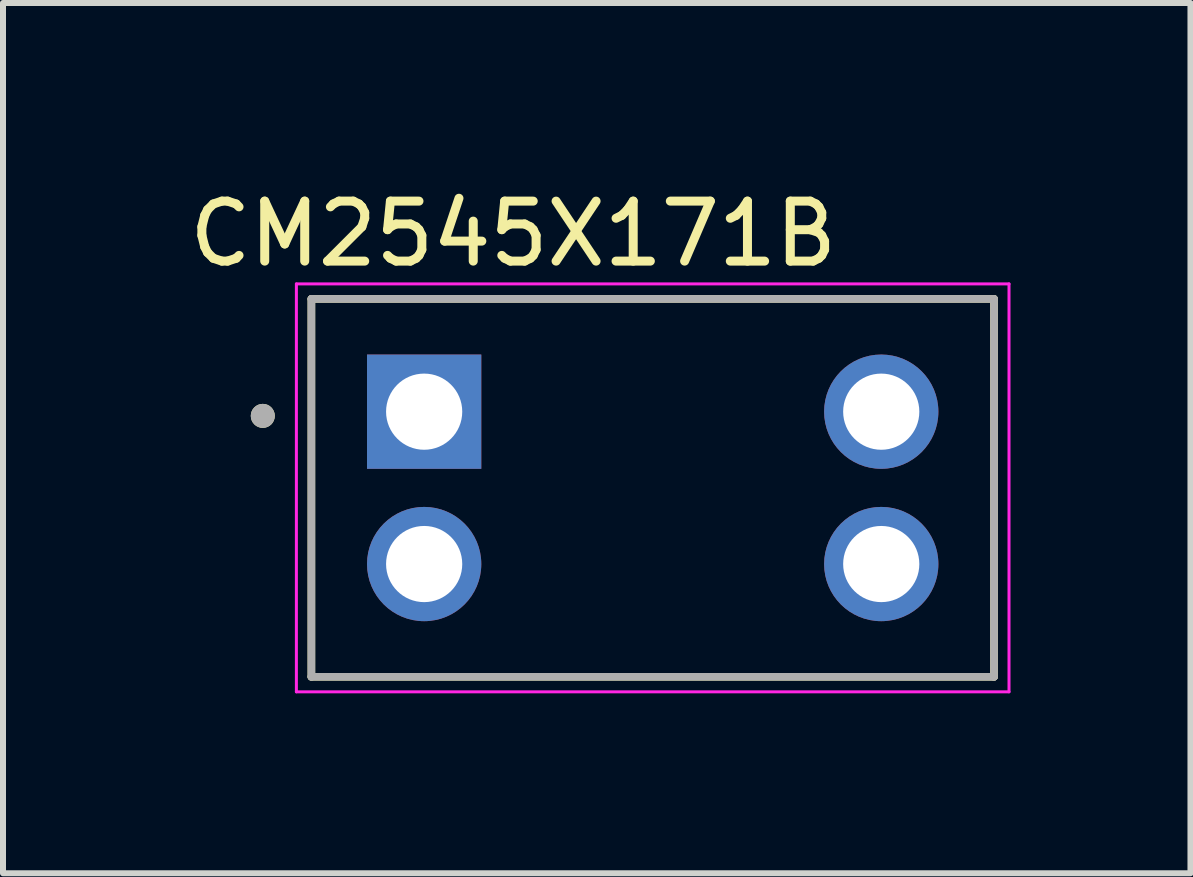
<source format=kicad_pcb>
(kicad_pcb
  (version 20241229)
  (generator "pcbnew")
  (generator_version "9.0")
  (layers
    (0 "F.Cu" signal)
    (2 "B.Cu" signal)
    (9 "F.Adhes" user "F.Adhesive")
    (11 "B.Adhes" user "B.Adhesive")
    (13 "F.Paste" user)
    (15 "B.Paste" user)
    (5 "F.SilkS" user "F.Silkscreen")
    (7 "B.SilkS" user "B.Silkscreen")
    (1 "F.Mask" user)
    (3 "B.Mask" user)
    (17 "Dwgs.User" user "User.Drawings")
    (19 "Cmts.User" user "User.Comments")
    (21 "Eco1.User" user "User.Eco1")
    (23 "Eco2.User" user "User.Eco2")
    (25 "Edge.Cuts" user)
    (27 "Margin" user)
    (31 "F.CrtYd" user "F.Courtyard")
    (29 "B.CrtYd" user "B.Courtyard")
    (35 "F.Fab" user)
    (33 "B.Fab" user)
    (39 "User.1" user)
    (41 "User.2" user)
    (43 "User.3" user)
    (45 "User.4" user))
  (footprint "CM2545X171B"
    (layer "F.Cu")
    (at 7.831 5.083)
    (property "Reference" "CM2545X171B" (at -2.325 -4.235 0) (layer "F.SilkS") (effects (font (size 1 1) (thickness 0.15))))
    (attr through_hole)
    (fp_line (start -5.69 -3.15) (end 5.69 -3.15) (stroke (width 0.127) (type solid)) (layer "F.SilkS"))
    (fp_line (start -5.69 3.15) (end -5.69 -3.15) (stroke (width 0.127) (type solid)) (layer "F.SilkS"))
    (fp_line (start -5.69 3.15) (end 5.69 3.15) (stroke (width 0.127) (type solid)) (layer "F.SilkS"))
    (fp_line (start 5.69 -3.15) (end 5.69 3.15) (stroke (width 0.127) (type solid)) (layer "F.SilkS"))
    (fp_circle (center -6.5 -1.2) (end -6.4 -1.2) (stroke (width 0.2) (type solid)) (fill no) (layer "F.SilkS"))
    (fp_line (start -5.94 -3.4) (end -5.94 3.4) (stroke (width 0.05) (type solid)) (layer "F.CrtYd"))
    (fp_line (start -5.94 3.4) (end 5.94 3.4) (stroke (width 0.05) (type solid)) (layer "F.CrtYd"))
    (fp_line (start 5.94 -3.4) (end -5.94 -3.4) (stroke (width 0.05) (type solid)) (layer "F.CrtYd"))
    (fp_line (start 5.94 3.4) (end 5.94 -3.4) (stroke (width 0.05) (type solid)) (layer "F.CrtYd"))
    (fp_line (start -5.69 -3.15) (end 5.69 -3.15) (stroke (width 0.127) (type solid)) (layer "F.Fab"))
    (fp_line (start -5.69 3.15) (end -5.69 -3.15) (stroke (width 0.127) (type solid)) (layer "F.Fab"))
    (fp_line (start 5.69 -3.15) (end 5.69 3.15) (stroke (width 0.127) (type solid)) (layer "F.Fab"))
    (fp_line (start 5.69 3.15) (end -5.69 3.15) (stroke (width 0.127) (type solid)) (layer "F.Fab"))
    (fp_circle (center -6.5 -1.2) (end -6.4 -1.2) (stroke (width 0.2) (type solid)) (fill no) (layer "F.Fab"))
    (pad "1" thru_hole rect (at -3.81 -1.27) (size 1.905 1.905) (drill 1.27) (layers "*.Cu" "*.Mask"))
    (pad "2" thru_hole circle (at -3.81 1.27) (size 1.905 1.905) (drill 1.27) (layers "*.Cu" "*.Mask"))
    (pad "3" thru_hole circle (at 3.81 1.27) (size 1.905 1.905) (drill 1.27) (layers "*.Cu" "*.Mask"))
    (pad "4" thru_hole circle (at 3.81 -1.27) (size 1.905 1.905) (drill 1.27) (layers "*.Cu" "*.Mask")))
  (gr_rect
    (start -3 -3)
    (end 16.796 11.508)
    (stroke (width 0.1) (type default))
    (fill no)
    (layer "Edge.Cuts")))
</source>
